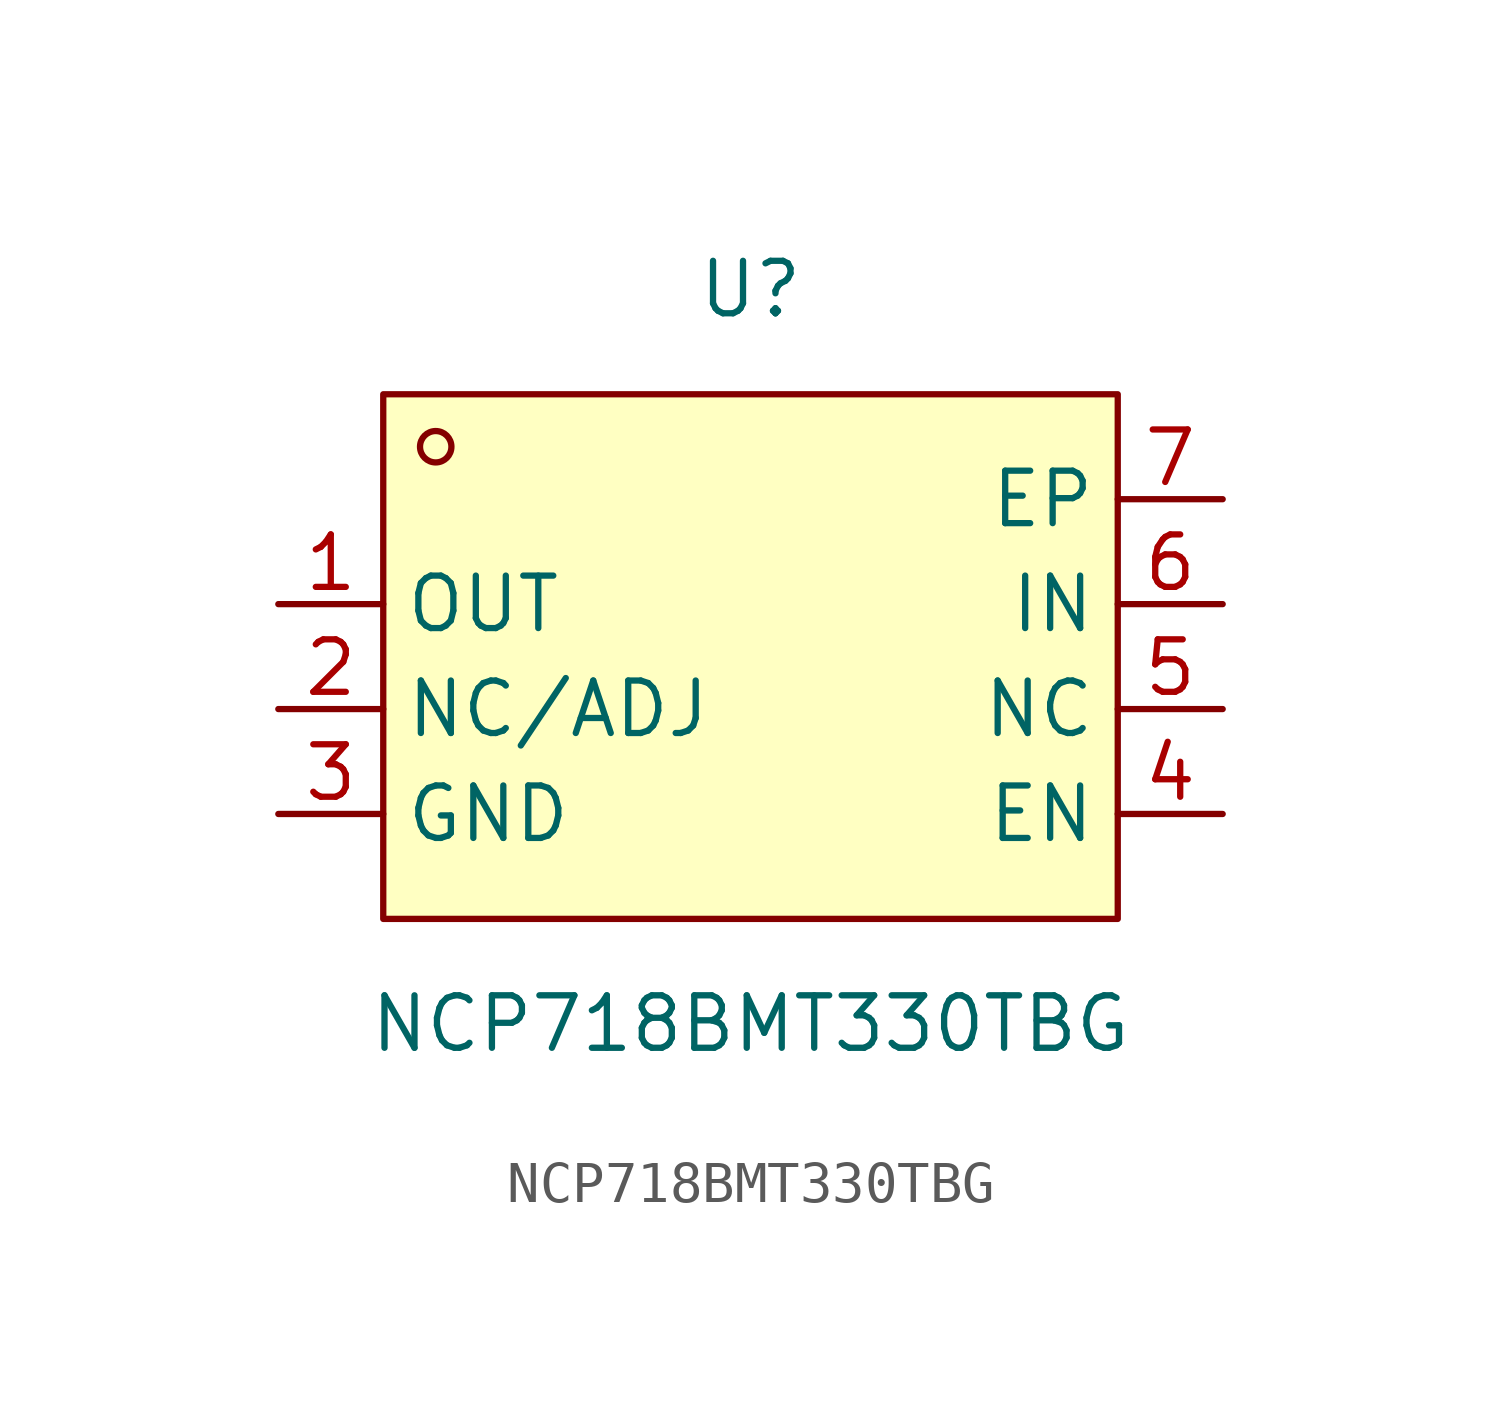
<source format=kicad_sym>
(kicad_symbol_lib
  (version 20211014)
  (generator https://github.com/uPesy/easyeda2kicad.py)
  (symbol "NCP718BMT330TBG"
    (property "Reference" "U"
      (at 0 8.89 0)
      (effects (font (size 1.27 1.27))))
    (property "Value" "NCP718BMT330TBG"
      (at 0 -8.89 0)
      (effects (font (size 1.27 1.27))))
    (symbol "NCP718BMT330TBG_0_1"
      (rectangle (start -8.89 6.35) (end 8.89 -6.35) (stroke (width 0) (type default) (color 0 0 0 0)) (fill (type background)))
      (circle (center -7.62 5.08) (radius 0.38) (stroke (width 0) (type default) (color 0 0 0 0)) (fill (type none)))
      (pin unspecified line (at -11.43 1.27 0) (length 2.54) (name "OUT" (effects (font (size 1.27 1.27)))) (number "1" (effects (font (size 1.27 1.27)))))
      (pin unspecified line (at -11.43 -1.27 0) (length 2.54) (name "NC/ADJ" (effects (font (size 1.27 1.27)))) (number "2" (effects (font (size 1.27 1.27)))))
      (pin unspecified line (at -11.43 -3.81 0) (length 2.54) (name "GND" (effects (font (size 1.27 1.27)))) (number "3" (effects (font (size 1.27 1.27)))))
      (pin unspecified line (at 11.43 -3.81 180) (length 2.54) (name "EN" (effects (font (size 1.27 1.27)))) (number "4" (effects (font (size 1.27 1.27)))))
      (pin unspecified line (at 11.43 -1.27 180) (length 2.54) (name "NC" (effects (font (size 1.27 1.27)))) (number "5" (effects (font (size 1.27 1.27)))))
      (pin unspecified line (at 11.43 1.27 180) (length 2.54) (name "IN" (effects (font (size 1.27 1.27)))) (number "6" (effects (font (size 1.27 1.27)))))
      (pin unspecified line (at 11.43 3.81 180) (length 2.54) (name "EP" (effects (font (size 1.27 1.27)))) (number "7" (effects (font (size 1.27 1.27))))))))
</source>
